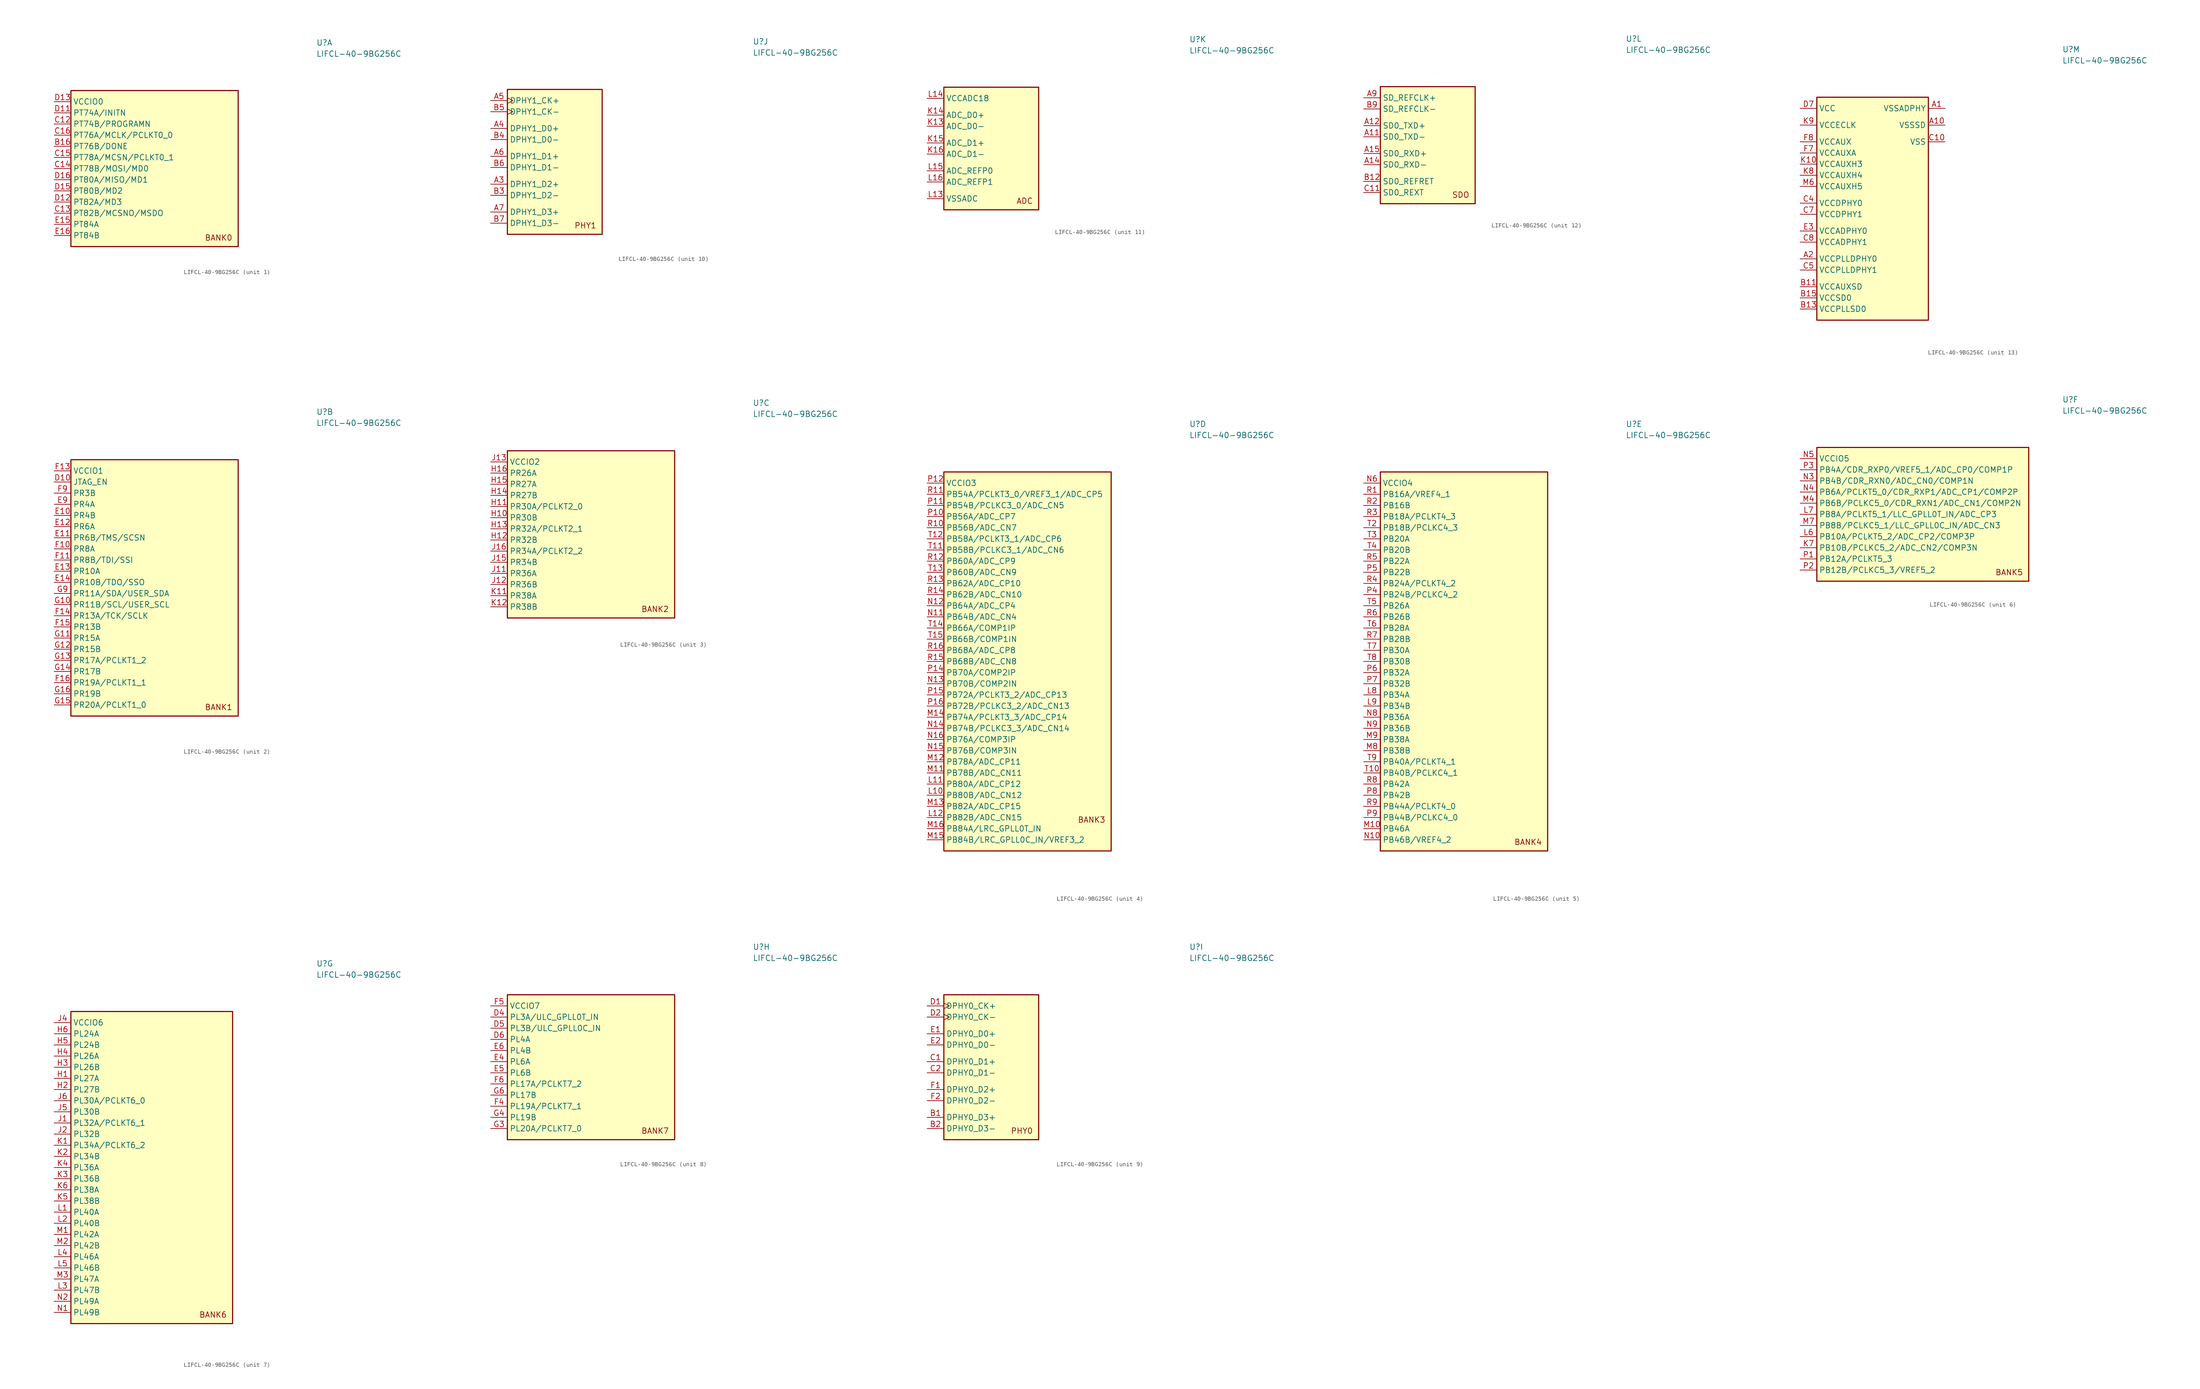
<source format=kicad_sym>
(kicad_symbol_lib
  (version 20211014)
  (generator kicad_symbol_editor)
  (symbol "LIFCL-40-9BG256C"
    (property "Reference" "U"
      (at 59.69 12.7 0)
      (effects (font (size 1.27 1.27) (thickness 0.15)) (justify left bottom)))
    (property "Value" "LIFCL-40-9BG256C"
      (at 59.69 10.16 0)
      (effects (font (size 1.27 1.27) (thickness 0.15)) (justify left bottom)))
    (property "ki_locked" ""
      (at 0 0 0)
      (effects (font (size 1.27 1.27))))
    (symbol "LIFCL-40-9BG256C_1_1"
      (rectangle (start 3.81 -33.02) (end 41.91 2.54) (stroke (width 0.254) (type default) (color 0 0 0 0)) (fill (type background)))
      (text "BANK0" (at 40.64 -31.75 0) (effects (font (size 1.27 1.27) (thickness 0.15)) (justify right bottom)))
      (pin bidirectional line (at 0 -10.16 0) (length 3.81) (name "PT76B/DONE\n" (effects (font (size 1.27 1.27)))) (number "B16" (effects (font (size 1.27 1.27)))))
      (pin bidirectional line (at 0 -5.08 0) (length 3.81) (name "PT74B/PROGRAMN" (effects (font (size 1.27 1.27)))) (number "C12" (effects (font (size 1.27 1.27)))))
      (pin bidirectional line (at 0 -25.4 0) (length 3.81) (name "PT82B/MCSNO/MSDO" (effects (font (size 1.27 1.27)))) (number "C13" (effects (font (size 1.27 1.27)))))
      (pin bidirectional line (at 0 -15.24 0) (length 3.81) (name "PT78B/MOSI/MD0" (effects (font (size 1.27 1.27)))) (number "C14" (effects (font (size 1.27 1.27)))))
      (pin bidirectional line (at 0 -12.7 0) (length 3.81) (name "PT78A/MCSN/PCLKT0_1" (effects (font (size 1.27 1.27)))) (number "C15" (effects (font (size 1.27 1.27)))))
      (pin bidirectional line (at 0 -7.62 0) (length 3.81) (name "PT76A/MCLK/PCLKT0_0" (effects (font (size 1.27 1.27)))) (number "C16" (effects (font (size 1.27 1.27)))))
      (pin bidirectional line (at 0 -2.54 0) (length 3.81) (name "PT74A/INITN\n" (effects (font (size 1.27 1.27)))) (number "D11" (effects (font (size 1.27 1.27)))))
      (pin bidirectional line (at 0 -22.86 0) (length 3.81) (name "PT82A/MD3" (effects (font (size 1.27 1.27)))) (number "D12" (effects (font (size 1.27 1.27)))))
      (pin power_in line (at 0 0 0) (length 3.81) (name "VCCIO0" (effects (font (size 1.27 1.27)))) (number "D13" (effects (font (size 1.27 1.27)))))
      (pin bidirectional line (at 0 -20.32 0) (length 3.81) (name "PT80B/MD2" (effects (font (size 1.27 1.27)))) (number "D15" (effects (font (size 1.27 1.27)))))
      (pin bidirectional line (at 0 -17.78 0) (length 3.81) (name "PT80A/MISO/MD1" (effects (font (size 1.27 1.27)))) (number "D16" (effects (font (size 1.27 1.27)))))
      (pin bidirectional line (at 0 -27.94 0) (length 3.81) (name "PT84A" (effects (font (size 1.27 1.27)))) (number "E15" (effects (font (size 1.27 1.27)))))
      (pin bidirectional line (at 0 -30.48 0) (length 3.81) (name "PT84B" (effects (font (size 1.27 1.27)))) (number "E16" (effects (font (size 1.27 1.27))))))
    (symbol "LIFCL-40-9BG256C_2_1"
      (rectangle (start 3.81 -55.88) (end 41.91 2.54) (stroke (width 0.254) (type default) (color 0 0 0 0)) (fill (type background)))
      (text "BANK1" (at 40.64 -54.61 0) (effects (font (size 1.27 1.27) (thickness 0.15)) (justify right bottom)))
      (pin input line (at 0 -2.54 0) (length 3.81) (name "JTAG_EN" (effects (font (size 1.27 1.27)))) (number "D10" (effects (font (size 1.27 1.27)))))
      (pin bidirectional line (at 0 -10.16 0) (length 3.81) (name "PR4B" (effects (font (size 1.27 1.27)))) (number "E10" (effects (font (size 1.27 1.27)))))
      (pin bidirectional line (at 0 -15.24 0) (length 3.81) (name "PR6B/TMS/SCSN" (effects (font (size 1.27 1.27)))) (number "E11" (effects (font (size 1.27 1.27)))))
      (pin bidirectional line (at 0 -12.7 0) (length 3.81) (name "PR6A" (effects (font (size 1.27 1.27)))) (number "E12" (effects (font (size 1.27 1.27)))))
      (pin bidirectional line (at 0 -22.86 0) (length 3.81) (name "PR10A" (effects (font (size 1.27 1.27)))) (number "E13" (effects (font (size 1.27 1.27)))))
      (pin bidirectional line (at 0 -25.4 0) (length 3.81) (name "PR10B/TDO/SSO" (effects (font (size 1.27 1.27)))) (number "E14" (effects (font (size 1.27 1.27)))))
      (pin bidirectional line (at 0 -7.62 0) (length 3.81) (name "PR4A" (effects (font (size 1.27 1.27)))) (number "E9" (effects (font (size 1.27 1.27)))))
      (pin bidirectional line (at 0 -17.78 0) (length 3.81) (name "PR8A" (effects (font (size 1.27 1.27)))) (number "F10" (effects (font (size 1.27 1.27)))))
      (pin bidirectional line (at 0 -20.32 0) (length 3.81) (name "PR8B/TDI/SSI" (effects (font (size 1.27 1.27)))) (number "F11" (effects (font (size 1.27 1.27)))))
      (pin power_in line (at 0 0 0) (length 3.81) (name "VCCIO1" (effects (font (size 1.27 1.27)))) (number "F13" (effects (font (size 1.27 1.27)))))
      (pin bidirectional line (at 0 -33.02 0) (length 3.81) (name "PR13A/TCK/SCLK" (effects (font (size 1.27 1.27)))) (number "F14" (effects (font (size 1.27 1.27)))))
      (pin bidirectional line (at 0 -35.56 0) (length 3.81) (name "PR13B" (effects (font (size 1.27 1.27)))) (number "F15" (effects (font (size 1.27 1.27)))))
      (pin bidirectional line (at 0 -48.26 0) (length 3.81) (name "PR19A/PCLKT1_1" (effects (font (size 1.27 1.27)))) (number "F16" (effects (font (size 1.27 1.27)))))
      (pin bidirectional line (at 0 -5.08 0) (length 3.81) (name "PR3B" (effects (font (size 1.27 1.27)))) (number "F9" (effects (font (size 1.27 1.27)))))
      (pin bidirectional line (at 0 -30.48 0) (length 3.81) (name "PR11B/SCL/USER_SCL" (effects (font (size 1.27 1.27)))) (number "G10" (effects (font (size 1.27 1.27)))))
      (pin bidirectional line (at 0 -38.1 0) (length 3.81) (name "PR15A" (effects (font (size 1.27 1.27)))) (number "G11" (effects (font (size 1.27 1.27)))))
      (pin bidirectional line (at 0 -40.64 0) (length 3.81) (name "PR15B" (effects (font (size 1.27 1.27)))) (number "G12" (effects (font (size 1.27 1.27)))))
      (pin bidirectional line (at 0 -43.18 0) (length 3.81) (name "PR17A/PCLKT1_2" (effects (font (size 1.27 1.27)))) (number "G13" (effects (font (size 1.27 1.27)))))
      (pin bidirectional line (at 0 -45.72 0) (length 3.81) (name "PR17B" (effects (font (size 1.27 1.27)))) (number "G14" (effects (font (size 1.27 1.27)))))
      (pin bidirectional line (at 0 -53.34 0) (length 3.81) (name "PR20A/PCLKT1_0\n" (effects (font (size 1.27 1.27)))) (number "G15" (effects (font (size 1.27 1.27)))))
      (pin bidirectional line (at 0 -50.8 0) (length 3.81) (name "PR19B" (effects (font (size 1.27 1.27)))) (number "G16" (effects (font (size 1.27 1.27)))))
      (pin bidirectional line (at 0 -27.94 0) (length 3.81) (name "PR11A/SDA/USER_SDA" (effects (font (size 1.27 1.27)))) (number "G9" (effects (font (size 1.27 1.27))))))
    (symbol "LIFCL-40-9BG256C_3_1"
      (rectangle (start 3.81 -35.56) (end 41.91 2.54) (stroke (width 0.254) (type default) (color 0 0 0 0)) (fill (type background)))
      (text "BANK2" (at 40.64 -34.29 0) (effects (font (size 1.27 1.27) (thickness 0.15)) (justify right bottom)))
      (pin bidirectional line (at 0 -12.7 0) (length 3.81) (name "PR30B" (effects (font (size 1.27 1.27)))) (number "H10" (effects (font (size 1.27 1.27)))))
      (pin bidirectional line (at 0 -10.16 0) (length 3.81) (name "PR30A/PCLKT2_0" (effects (font (size 1.27 1.27)))) (number "H11" (effects (font (size 1.27 1.27)))))
      (pin bidirectional line (at 0 -17.78 0) (length 3.81) (name "PR32B" (effects (font (size 1.27 1.27)))) (number "H12" (effects (font (size 1.27 1.27)))))
      (pin bidirectional line (at 0 -15.24 0) (length 3.81) (name "PR32A/PCLKT2_1" (effects (font (size 1.27 1.27)))) (number "H13" (effects (font (size 1.27 1.27)))))
      (pin bidirectional line (at 0 -7.62 0) (length 3.81) (name "PR27B" (effects (font (size 1.27 1.27)))) (number "H14" (effects (font (size 1.27 1.27)))))
      (pin bidirectional line (at 0 -5.08 0) (length 3.81) (name "PR27A" (effects (font (size 1.27 1.27)))) (number "H15" (effects (font (size 1.27 1.27)))))
      (pin bidirectional line (at 0 -2.54 0) (length 3.81) (name "PR26A" (effects (font (size 1.27 1.27)))) (number "H16" (effects (font (size 1.27 1.27)))))
      (pin bidirectional line (at 0 -25.4 0) (length 3.81) (name "PR36A" (effects (font (size 1.27 1.27)))) (number "J11" (effects (font (size 1.27 1.27)))))
      (pin bidirectional line (at 0 -27.94 0) (length 3.81) (name "PR36B" (effects (font (size 1.27 1.27)))) (number "J12" (effects (font (size 1.27 1.27)))))
      (pin power_in line (at 0 0 0) (length 3.81) (name "VCCIO2" (effects (font (size 1.27 1.27)))) (number "J13" (effects (font (size 1.27 1.27)))))
      (pin bidirectional line (at 0 -22.86 0) (length 3.81) (name "PR34B" (effects (font (size 1.27 1.27)))) (number "J15" (effects (font (size 1.27 1.27)))))
      (pin bidirectional line (at 0 -20.32 0) (length 3.81) (name "PR34A/PCLKT2_2" (effects (font (size 1.27 1.27)))) (number "J16" (effects (font (size 1.27 1.27)))))
      (pin bidirectional line (at 0 -30.48 0) (length 3.81) (name "PR38A" (effects (font (size 1.27 1.27)))) (number "K11" (effects (font (size 1.27 1.27)))))
      (pin bidirectional line (at 0 -33.02 0) (length 3.81) (name "PR38B" (effects (font (size 1.27 1.27)))) (number "K12" (effects (font (size 1.27 1.27))))))
    (symbol "LIFCL-40-9BG256C_4_1"
      (rectangle (start 3.81 -83.82) (end 41.91 2.54) (stroke (width 0.254) (type default) (color 0 0 0 0)) (fill (type background)))
      (text "BANK3" (at 40.64 -77.47 0) (effects (font (size 1.27 1.27) (thickness 0.15)) (justify right bottom)))
      (pin bidirectional line (at 0 -71.12 0) (length 3.81) (name "PB80B/ADC_CN12" (effects (font (size 1.27 1.27)))) (number "L10" (effects (font (size 1.27 1.27)))))
      (pin bidirectional line (at 0 -68.58 0) (length 3.81) (name "PB80A/ADC_CP12" (effects (font (size 1.27 1.27)))) (number "L11" (effects (font (size 1.27 1.27)))))
      (pin bidirectional line (at 0 -76.2 0) (length 3.81) (name "PB82B/ADC_CN15" (effects (font (size 1.27 1.27)))) (number "L12" (effects (font (size 1.27 1.27)))))
      (pin bidirectional line (at 0 -66.04 0) (length 3.81) (name "PB78B/ADC_CN11" (effects (font (size 1.27 1.27)))) (number "M11" (effects (font (size 1.27 1.27)))))
      (pin bidirectional line (at 0 -63.5 0) (length 3.81) (name "PB78A/ADC_CP11" (effects (font (size 1.27 1.27)))) (number "M12" (effects (font (size 1.27 1.27)))))
      (pin bidirectional line (at 0 -73.66 0) (length 3.81) (name "PB82A/ADC_CP15" (effects (font (size 1.27 1.27)))) (number "M13" (effects (font (size 1.27 1.27)))))
      (pin bidirectional line (at 0 -53.34 0) (length 3.81) (name "PB74A/PCLKT3_3/ADC_CP14" (effects (font (size 1.27 1.27)))) (number "M14" (effects (font (size 1.27 1.27)))))
      (pin bidirectional line (at 0 -81.28 0) (length 3.81) (name "PB84B/LRC_GPLL0C_IN/VREF3_2" (effects (font (size 1.27 1.27)))) (number "M15" (effects (font (size 1.27 1.27)))))
      (pin bidirectional line (at 0 -78.74 0) (length 3.81) (name "PB84A/LRC_GPLL0T_IN" (effects (font (size 1.27 1.27)))) (number "M16" (effects (font (size 1.27 1.27)))))
      (pin bidirectional line (at 0 -30.48 0) (length 3.81) (name "PB64B/ADC_CN4" (effects (font (size 1.27 1.27)))) (number "N11" (effects (font (size 1.27 1.27)))))
      (pin bidirectional line (at 0 -27.94 0) (length 3.81) (name "PB64A/ADC_CP4" (effects (font (size 1.27 1.27)))) (number "N12" (effects (font (size 1.27 1.27)))))
      (pin bidirectional line (at 0 -45.72 0) (length 3.81) (name "PB70B/COMP2IN\n" (effects (font (size 1.27 1.27)))) (number "N13" (effects (font (size 1.27 1.27)))))
      (pin bidirectional line (at 0 -55.88 0) (length 3.81) (name "PB74B/PCLKC3_3/ADC_CN14" (effects (font (size 1.27 1.27)))) (number "N14" (effects (font (size 1.27 1.27)))))
      (pin bidirectional line (at 0 -60.96 0) (length 3.81) (name "PB76B/COMP3IN" (effects (font (size 1.27 1.27)))) (number "N15" (effects (font (size 1.27 1.27)))))
      (pin bidirectional line (at 0 -58.42 0) (length 3.81) (name "PB76A/COMP3IP" (effects (font (size 1.27 1.27)))) (number "N16" (effects (font (size 1.27 1.27)))))
      (pin bidirectional line (at 0 -7.62 0) (length 3.81) (name "PB56A/ADC_CP7\n" (effects (font (size 1.27 1.27)))) (number "P10" (effects (font (size 1.27 1.27)))))
      (pin bidirectional line (at 0 -5.08 0) (length 3.81) (name "PB54B/PCLKC3_0/ADC_CN5\n" (effects (font (size 1.27 1.27)))) (number "P11" (effects (font (size 1.27 1.27)))))
      (pin bidirectional line (at 0 0 0) (length 3.81) (name "VCCIO3" (effects (font (size 1.27 1.27)))) (number "P12" (effects (font (size 1.27 1.27)))))
      (pin bidirectional line (at 0 -43.18 0) (length 3.81) (name "PB70A/COMP2IP" (effects (font (size 1.27 1.27)))) (number "P14" (effects (font (size 1.27 1.27)))))
      (pin bidirectional line (at 0 -48.26 0) (length 3.81) (name "PB72A/PCLKT3_2/ADC_CP13" (effects (font (size 1.27 1.27)))) (number "P15" (effects (font (size 1.27 1.27)))))
      (pin bidirectional line (at 0 -50.8 0) (length 3.81) (name "PB72B/PCLKC3_2/ADC_CN13" (effects (font (size 1.27 1.27)))) (number "P16" (effects (font (size 1.27 1.27)))))
      (pin bidirectional line (at 0 -10.16 0) (length 3.81) (name "PB56B/ADC_CN7\n" (effects (font (size 1.27 1.27)))) (number "R10" (effects (font (size 1.27 1.27)))))
      (pin bidirectional line (at 0 -2.54 0) (length 3.81) (name "PB54A/PCLKT3_0/VREF3_1/ADC_CP5" (effects (font (size 1.27 1.27)))) (number "R11" (effects (font (size 1.27 1.27)))))
      (pin bidirectional line (at 0 -17.78 0) (length 3.81) (name "PB60A/ADC_CP9" (effects (font (size 1.27 1.27)))) (number "R12" (effects (font (size 1.27 1.27)))))
      (pin bidirectional line (at 0 -22.86 0) (length 3.81) (name "PB62A/ADC_CP10" (effects (font (size 1.27 1.27)))) (number "R13" (effects (font (size 1.27 1.27)))))
      (pin bidirectional line (at 0 -25.4 0) (length 3.81) (name "PB62B/ADC_CN10" (effects (font (size 1.27 1.27)))) (number "R14" (effects (font (size 1.27 1.27)))))
      (pin bidirectional line (at 0 -40.64 0) (length 3.81) (name "PB68B/ADC_CN8" (effects (font (size 1.27 1.27)))) (number "R15" (effects (font (size 1.27 1.27)))))
      (pin bidirectional line (at 0 -38.1 0) (length 3.81) (name "PB68A/ADC_CP8" (effects (font (size 1.27 1.27)))) (number "R16" (effects (font (size 1.27 1.27)))))
      (pin bidirectional line (at 0 -15.24 0) (length 3.81) (name "PB58B/PCLKC3_1/ADC_CN6\n" (effects (font (size 1.27 1.27)))) (number "T11" (effects (font (size 1.27 1.27)))))
      (pin bidirectional line (at 0 -12.7 0) (length 3.81) (name "PB58A/PCLKT3_1/ADC_CP6\n" (effects (font (size 1.27 1.27)))) (number "T12" (effects (font (size 1.27 1.27)))))
      (pin bidirectional line (at 0 -20.32 0) (length 3.81) (name "PB60B/ADC_CN9" (effects (font (size 1.27 1.27)))) (number "T13" (effects (font (size 1.27 1.27)))))
      (pin bidirectional line (at 0 -33.02 0) (length 3.81) (name "PB66A/COMP1IP" (effects (font (size 1.27 1.27)))) (number "T14" (effects (font (size 1.27 1.27)))))
      (pin bidirectional line (at 0 -35.56 0) (length 3.81) (name "PB66B/COMP1IN" (effects (font (size 1.27 1.27)))) (number "T15" (effects (font (size 1.27 1.27))))))
    (symbol "LIFCL-40-9BG256C_5_1"
      (rectangle (start 3.81 2.54) (end 41.91 -83.82) (stroke (width 0.254) (type default) (color 0 0 0 0)) (fill (type background)))
      (text "BANK4" (at 40.64 -82.55 0) (effects (font (size 1.27 1.27) (thickness 0.15)) (justify right bottom)))
      (pin bidirectional line (at 0 -48.26 0) (length 3.81) (name "PB34A" (effects (font (size 1.27 1.27)))) (number "L8" (effects (font (size 1.27 1.27)))))
      (pin bidirectional line (at 0 -50.8 0) (length 3.81) (name "PB34B" (effects (font (size 1.27 1.27)))) (number "L9" (effects (font (size 1.27 1.27)))))
      (pin bidirectional line (at 0 -78.74 0) (length 3.81) (name "PB46A" (effects (font (size 1.27 1.27)))) (number "M10" (effects (font (size 1.27 1.27)))))
      (pin bidirectional line (at 0 -60.96 0) (length 3.81) (name "PB38B" (effects (font (size 1.27 1.27)))) (number "M8" (effects (font (size 1.27 1.27)))))
      (pin bidirectional line (at 0 -58.42 0) (length 3.81) (name "PB38A" (effects (font (size 1.27 1.27)))) (number "M9" (effects (font (size 1.27 1.27)))))
      (pin bidirectional line (at 0 -81.28 0) (length 3.81) (name "PB46B/VREF4_2" (effects (font (size 1.27 1.27)))) (number "N10" (effects (font (size 1.27 1.27)))))
      (pin power_in line (at 0 0 0) (length 3.81) (name "VCCIO4" (effects (font (size 1.27 1.27)))) (number "N6" (effects (font (size 1.27 1.27)))))
      (pin bidirectional line (at 0 -53.34 0) (length 3.81) (name "PB36A" (effects (font (size 1.27 1.27)))) (number "N8" (effects (font (size 1.27 1.27)))))
      (pin bidirectional line (at 0 -55.88 0) (length 3.81) (name "PB36B" (effects (font (size 1.27 1.27)))) (number "N9" (effects (font (size 1.27 1.27)))))
      (pin bidirectional line (at 0 -25.4 0) (length 3.81) (name "PB24B/PCLKC4_2\n" (effects (font (size 1.27 1.27)))) (number "P4" (effects (font (size 1.27 1.27)))))
      (pin bidirectional line (at 0 -20.32 0) (length 3.81) (name "PB22B" (effects (font (size 1.27 1.27)))) (number "P5" (effects (font (size 1.27 1.27)))))
      (pin bidirectional line (at 0 -43.18 0) (length 3.81) (name "PB32A" (effects (font (size 1.27 1.27)))) (number "P6" (effects (font (size 1.27 1.27)))))
      (pin bidirectional line (at 0 -45.72 0) (length 3.81) (name "PB32B" (effects (font (size 1.27 1.27)))) (number "P7" (effects (font (size 1.27 1.27)))))
      (pin bidirectional line (at 0 -71.12 0) (length 3.81) (name "PB42B" (effects (font (size 1.27 1.27)))) (number "P8" (effects (font (size 1.27 1.27)))))
      (pin bidirectional line (at 0 -76.2 0) (length 3.81) (name "PB44B/PCLKC4_0" (effects (font (size 1.27 1.27)))) (number "P9" (effects (font (size 1.27 1.27)))))
      (pin bidirectional line (at 0 -2.54 0) (length 3.81) (name "PB16A/VREF4_1" (effects (font (size 1.27 1.27)))) (number "R1" (effects (font (size 1.27 1.27)))))
      (pin bidirectional line (at 0 -5.08 0) (length 3.81) (name "PB16B" (effects (font (size 1.27 1.27)))) (number "R2" (effects (font (size 1.27 1.27)))))
      (pin bidirectional line (at 0 -7.62 0) (length 3.81) (name "PB18A/PCLKT4_3\n" (effects (font (size 1.27 1.27)))) (number "R3" (effects (font (size 1.27 1.27)))))
      (pin bidirectional line (at 0 -22.86 0) (length 3.81) (name "PB24A/PCLKT4_2" (effects (font (size 1.27 1.27)))) (number "R4" (effects (font (size 1.27 1.27)))))
      (pin bidirectional line (at 0 -17.78 0) (length 3.81) (name "PB22A" (effects (font (size 1.27 1.27)))) (number "R5" (effects (font (size 1.27 1.27)))))
      (pin bidirectional line (at 0 -30.48 0) (length 3.81) (name "PB26B" (effects (font (size 1.27 1.27)))) (number "R6" (effects (font (size 1.27 1.27)))))
      (pin bidirectional line (at 0 -35.56 0) (length 3.81) (name "PB28B" (effects (font (size 1.27 1.27)))) (number "R7" (effects (font (size 1.27 1.27)))))
      (pin bidirectional line (at 0 -68.58 0) (length 3.81) (name "PB42A" (effects (font (size 1.27 1.27)))) (number "R8" (effects (font (size 1.27 1.27)))))
      (pin bidirectional line (at 0 -73.66 0) (length 3.81) (name "PB44A/PCLKT4_0" (effects (font (size 1.27 1.27)))) (number "R9" (effects (font (size 1.27 1.27)))))
      (pin bidirectional line (at 0 -66.04 0) (length 3.81) (name "PB40B/PCLKC4_1" (effects (font (size 1.27 1.27)))) (number "T10" (effects (font (size 1.27 1.27)))))
      (pin bidirectional line (at 0 -10.16 0) (length 3.81) (name "PB18B/PCLKC4_3\n" (effects (font (size 1.27 1.27)))) (number "T2" (effects (font (size 1.27 1.27)))))
      (pin bidirectional line (at 0 -12.7 0) (length 3.81) (name "PB20A" (effects (font (size 1.27 1.27)))) (number "T3" (effects (font (size 1.27 1.27)))))
      (pin bidirectional line (at 0 -15.24 0) (length 3.81) (name "PB20B" (effects (font (size 1.27 1.27)))) (number "T4" (effects (font (size 1.27 1.27)))))
      (pin bidirectional line (at 0 -27.94 0) (length 3.81) (name "PB26A" (effects (font (size 1.27 1.27)))) (number "T5" (effects (font (size 1.27 1.27)))))
      (pin bidirectional line (at 0 -33.02 0) (length 3.81) (name "PB28A" (effects (font (size 1.27 1.27)))) (number "T6" (effects (font (size 1.27 1.27)))))
      (pin bidirectional line (at 0 -38.1 0) (length 3.81) (name "PB30A" (effects (font (size 1.27 1.27)))) (number "T7" (effects (font (size 1.27 1.27)))))
      (pin bidirectional line (at 0 -40.64 0) (length 3.81) (name "PB30B" (effects (font (size 1.27 1.27)))) (number "T8" (effects (font (size 1.27 1.27)))))
      (pin bidirectional line (at 0 -63.5 0) (length 3.81) (name "PB40A/PCLKT4_1" (effects (font (size 1.27 1.27)))) (number "T9" (effects (font (size 1.27 1.27))))))
    (symbol "LIFCL-40-9BG256C_6_1"
      (rectangle (start 3.81 -27.94) (end 52.07 2.54) (stroke (width 0.254) (type default) (color 0 0 0 0)) (fill (type background)))
      (text "BANK5" (at 50.8 -26.67 0) (effects (font (size 1.27 1.27) (thickness 0.15)) (justify right bottom)))
      (pin bidirectional line (at 0 -20.32 0) (length 3.81) (name "PB10B/PCLKC5_2/ADC_CN2/COMP3N" (effects (font (size 1.27 1.27)))) (number "K7" (effects (font (size 1.27 1.27)))))
      (pin bidirectional line (at 0 -17.78 0) (length 3.81) (name "PB10A/PCLKT5_2/ADC_CP2/COMP3P" (effects (font (size 1.27 1.27)))) (number "L6" (effects (font (size 1.27 1.27)))))
      (pin bidirectional line (at 0 -12.7 0) (length 3.81) (name "PB8A/PCLKT5_1/LLC_GPLL0T_IN/ADC_CP3" (effects (font (size 1.27 1.27)))) (number "L7" (effects (font (size 1.27 1.27)))))
      (pin bidirectional line (at 0 -10.16 0) (length 3.81) (name "PB6B/PCLKC5_0/CDR_RXN1/ADC_CN1/COMP2N" (effects (font (size 1.27 1.27)))) (number "M4" (effects (font (size 1.27 1.27)))))
      (pin bidirectional line (at 0 -15.24 0) (length 3.81) (name "PB8B/PCLKC5_1/LLC_GPLL0C_IN/ADC_CN3" (effects (font (size 1.27 1.27)))) (number "M7" (effects (font (size 1.27 1.27)))))
      (pin bidirectional line (at 0 -5.08 0) (length 3.81) (name "PB4B/CDR_RXN0/ADC_CN0/COMP1N" (effects (font (size 1.27 1.27)))) (number "N3" (effects (font (size 1.27 1.27)))))
      (pin bidirectional line (at 0 -7.62 0) (length 3.81) (name "PB6A/PCLKT5_0/CDR_RXP1/ADC_CP1/COMP2P" (effects (font (size 1.27 1.27)))) (number "N4" (effects (font (size 1.27 1.27)))))
      (pin power_in line (at 0 0 0) (length 3.81) (name "VCCIO5" (effects (font (size 1.27 1.27)))) (number "N5" (effects (font (size 1.27 1.27)))))
      (pin bidirectional line (at 0 -22.86 0) (length 3.81) (name "PB12A/PCLKT5_3" (effects (font (size 1.27 1.27)))) (number "P1" (effects (font (size 1.27 1.27)))))
      (pin bidirectional line (at 0 -25.4 0) (length 3.81) (name "PB12B/PCLKC5_3/VREF5_2" (effects (font (size 1.27 1.27)))) (number "P2" (effects (font (size 1.27 1.27)))))
      (pin bidirectional line (at 0 -2.54 0) (length 3.81) (name "PB4A/CDR_RXP0/VREF5_1/ADC_CP0/COMP1P\n" (effects (font (size 1.27 1.27)))) (number "P3" (effects (font (size 1.27 1.27))))))
    (symbol "LIFCL-40-9BG256C_7_1"
      (rectangle (start 3.81 2.54) (end 40.64 -68.58) (stroke (width 0.254) (type default) (color 0 0 0 0)) (fill (type background)))
      (text "BANK6" (at 39.37 -67.31 0) (effects (font (size 1.27 1.27) (thickness 0.15)) (justify right bottom)))
      (pin bidirectional line (at 0 -12.7 0) (length 3.81) (name "PL27A" (effects (font (size 1.27 1.27)))) (number "H1" (effects (font (size 1.27 1.27)))))
      (pin bidirectional line (at 0 -15.24 0) (length 3.81) (name "PL27B" (effects (font (size 1.27 1.27)))) (number "H2" (effects (font (size 1.27 1.27)))))
      (pin bidirectional line (at 0 -10.16 0) (length 3.81) (name "PL26B" (effects (font (size 1.27 1.27)))) (number "H3" (effects (font (size 1.27 1.27)))))
      (pin bidirectional line (at 0 -7.62 0) (length 3.81) (name "PL26A" (effects (font (size 1.27 1.27)))) (number "H4" (effects (font (size 1.27 1.27)))))
      (pin bidirectional line (at 0 -5.08 0) (length 3.81) (name "PL24B" (effects (font (size 1.27 1.27)))) (number "H5" (effects (font (size 1.27 1.27)))))
      (pin bidirectional line (at 0 -2.54 0) (length 3.81) (name "PL24A" (effects (font (size 1.27 1.27)))) (number "H6" (effects (font (size 1.27 1.27)))))
      (pin bidirectional line (at 0 -22.86 0) (length 3.81) (name "PL32A/PCLKT6_1" (effects (font (size 1.27 1.27)))) (number "J1" (effects (font (size 1.27 1.27)))))
      (pin bidirectional line (at 0 -25.4 0) (length 3.81) (name "PL32B" (effects (font (size 1.27 1.27)))) (number "J2" (effects (font (size 1.27 1.27)))))
      (pin power_in line (at 0 0 0) (length 3.81) (name "VCCIO6" (effects (font (size 1.27 1.27)))) (number "J4" (effects (font (size 1.27 1.27)))))
      (pin bidirectional line (at 0 -20.32 0) (length 3.81) (name "PL30B" (effects (font (size 1.27 1.27)))) (number "J5" (effects (font (size 1.27 1.27)))))
      (pin bidirectional line (at 0 -17.78 0) (length 3.81) (name "PL30A/PCLKT6_0" (effects (font (size 1.27 1.27)))) (number "J6" (effects (font (size 1.27 1.27)))))
      (pin bidirectional line (at 0 -27.94 0) (length 3.81) (name "PL34A/PCLKT6_2" (effects (font (size 1.27 1.27)))) (number "K1" (effects (font (size 1.27 1.27)))))
      (pin bidirectional line (at 0 -30.48 0) (length 3.81) (name "PL34B" (effects (font (size 1.27 1.27)))) (number "K2" (effects (font (size 1.27 1.27)))))
      (pin bidirectional line (at 0 -35.56 0) (length 3.81) (name "PL36B" (effects (font (size 1.27 1.27)))) (number "K3" (effects (font (size 1.27 1.27)))))
      (pin bidirectional line (at 0 -33.02 0) (length 3.81) (name "PL36A" (effects (font (size 1.27 1.27)))) (number "K4" (effects (font (size 1.27 1.27)))))
      (pin bidirectional line (at 0 -40.64 0) (length 3.81) (name "PL38B" (effects (font (size 1.27 1.27)))) (number "K5" (effects (font (size 1.27 1.27)))))
      (pin bidirectional line (at 0 -38.1 0) (length 3.81) (name "PL38A" (effects (font (size 1.27 1.27)))) (number "K6" (effects (font (size 1.27 1.27)))))
      (pin bidirectional line (at 0 -43.18 0) (length 3.81) (name "PL40A" (effects (font (size 1.27 1.27)))) (number "L1" (effects (font (size 1.27 1.27)))))
      (pin bidirectional line (at 0 -45.72 0) (length 3.81) (name "PL40B" (effects (font (size 1.27 1.27)))) (number "L2" (effects (font (size 1.27 1.27)))))
      (pin bidirectional line (at 0 -60.96 0) (length 3.81) (name "PL47B" (effects (font (size 1.27 1.27)))) (number "L3" (effects (font (size 1.27 1.27)))))
      (pin bidirectional line (at 0 -53.34 0) (length 3.81) (name "PL46A" (effects (font (size 1.27 1.27)))) (number "L4" (effects (font (size 1.27 1.27)))))
      (pin bidirectional line (at 0 -55.88 0) (length 3.81) (name "PL46B" (effects (font (size 1.27 1.27)))) (number "L5" (effects (font (size 1.27 1.27)))))
      (pin bidirectional line (at 0 -48.26 0) (length 3.81) (name "PL42A" (effects (font (size 1.27 1.27)))) (number "M1" (effects (font (size 1.27 1.27)))))
      (pin bidirectional line (at 0 -50.8 0) (length 3.81) (name "PL42B" (effects (font (size 1.27 1.27)))) (number "M2" (effects (font (size 1.27 1.27)))))
      (pin bidirectional line (at 0 -58.42 0) (length 3.81) (name "PL47A" (effects (font (size 1.27 1.27)))) (number "M3" (effects (font (size 1.27 1.27)))))
      (pin bidirectional line (at 0 -66.04 0) (length 3.81) (name "PL49B" (effects (font (size 1.27 1.27)))) (number "N1" (effects (font (size 1.27 1.27)))))
      (pin bidirectional line (at 0 -63.5 0) (length 3.81) (name "PL49A" (effects (font (size 1.27 1.27)))) (number "N2" (effects (font (size 1.27 1.27))))))
    (symbol "LIFCL-40-9BG256C_8_1"
      (rectangle (start 3.81 -30.48) (end 41.91 2.54) (stroke (width 0.254) (type default) (color 0 0 0 0)) (fill (type background)))
      (text "BANK7" (at 40.64 -29.21 0) (effects (font (size 1.27 1.27) (thickness 0.15)) (justify right bottom)))
      (pin bidirectional line (at 0 -2.54 0) (length 3.81) (name "PL3A/ULC_GPLL0T_IN" (effects (font (size 1.27 1.27)))) (number "D4" (effects (font (size 1.27 1.27)))))
      (pin bidirectional line (at 0 -5.08 0) (length 3.81) (name "PL3B/ULC_GPLL0C_IN" (effects (font (size 1.27 1.27)))) (number "D5" (effects (font (size 1.27 1.27)))))
      (pin bidirectional line (at 0 -7.62 0) (length 3.81) (name "PL4A" (effects (font (size 1.27 1.27)))) (number "D6" (effects (font (size 1.27 1.27)))))
      (pin bidirectional line (at 0 -12.7 0) (length 3.81) (name "PL6A" (effects (font (size 1.27 1.27)))) (number "E4" (effects (font (size 1.27 1.27)))))
      (pin bidirectional line (at 0 -15.24 0) (length 3.81) (name "PL6B" (effects (font (size 1.27 1.27)))) (number "E5" (effects (font (size 1.27 1.27)))))
      (pin bidirectional line (at 0 -10.16 0) (length 3.81) (name "PL4B" (effects (font (size 1.27 1.27)))) (number "E6" (effects (font (size 1.27 1.27)))))
      (pin bidirectional line (at 0 -22.86 0) (length 3.81) (name "PL19A/PCLKT7_1" (effects (font (size 1.27 1.27)))) (number "F4" (effects (font (size 1.27 1.27)))))
      (pin power_in line (at 0 0 0) (length 3.81) (name "VCCIO7" (effects (font (size 1.27 1.27)))) (number "F5" (effects (font (size 1.27 1.27)))))
      (pin bidirectional line (at 0 -17.78 0) (length 3.81) (name "PL17A/PCLKT7_2" (effects (font (size 1.27 1.27)))) (number "F6" (effects (font (size 1.27 1.27)))))
      (pin bidirectional line (at 0 -27.94 0) (length 3.81) (name "PL20A/PCLKT7_0" (effects (font (size 1.27 1.27)))) (number "G3" (effects (font (size 1.27 1.27)))))
      (pin bidirectional line (at 0 -25.4 0) (length 3.81) (name "PL19B" (effects (font (size 1.27 1.27)))) (number "G4" (effects (font (size 1.27 1.27)))))
      (pin bidirectional line (at 0 -20.32 0) (length 3.81) (name "PL17B" (effects (font (size 1.27 1.27)))) (number "G6" (effects (font (size 1.27 1.27))))))
    (symbol "LIFCL-40-9BG256C_9_1"
      (rectangle (start 3.81 2.54) (end 25.4 -30.48) (stroke (width 0.254) (type default) (color 0 0 0 0)) (fill (type background)))
      (text "PHY0" (at 24.13 -29.21 0) (effects (font (size 1.27 1.27) (thickness 0.15)) (justify right bottom)))
      (pin bidirectional line (at 0 -25.4 0) (length 3.81) (name "DPHY0_D3+" (effects (font (size 1.27 1.27)))) (number "B1" (effects (font (size 1.27 1.27)))))
      (pin bidirectional line (at 0 -27.94 0) (length 3.81) (name "DPHY0_D3-" (effects (font (size 1.27 1.27)))) (number "B2" (effects (font (size 1.27 1.27)))))
      (pin bidirectional line (at 0 -12.7 0) (length 3.81) (name "DPHY0_D1+" (effects (font (size 1.27 1.27)))) (number "C1" (effects (font (size 1.27 1.27)))))
      (pin bidirectional line (at 0 -15.24 0) (length 3.81) (name "DPHY0_D1-" (effects (font (size 1.27 1.27)))) (number "C2" (effects (font (size 1.27 1.27)))))
      (pin bidirectional clock (at 0 0 0) (length 3.81) (name "DPHY0_CK+" (effects (font (size 1.27 1.27)))) (number "D1" (effects (font (size 1.27 1.27)))))
      (pin bidirectional clock (at 0 -2.54 0) (length 3.81) (name "DPHY0_CK-" (effects (font (size 1.27 1.27)))) (number "D2" (effects (font (size 1.27 1.27)))))
      (pin bidirectional line (at 0 -6.35 0) (length 3.81) (name "DPHY0_D0+" (effects (font (size 1.27 1.27)))) (number "E1" (effects (font (size 1.27 1.27)))))
      (pin bidirectional line (at 0 -8.89 0) (length 3.81) (name "DPHY0_D0-" (effects (font (size 1.27 1.27)))) (number "E2" (effects (font (size 1.27 1.27)))))
      (pin bidirectional line (at 0 -19.05 0) (length 3.81) (name "DPHY0_D2+" (effects (font (size 1.27 1.27)))) (number "F1" (effects (font (size 1.27 1.27)))))
      (pin bidirectional line (at 0 -21.59 0) (length 3.81) (name "DPHY0_D2-" (effects (font (size 1.27 1.27)))) (number "F2" (effects (font (size 1.27 1.27))))))
    (symbol "LIFCL-40-9BG256C_10_1"
      (rectangle (start 3.81 2.54) (end 25.4 -30.48) (stroke (width 0.254) (type default) (color 0 0 0 0)) (fill (type background)))
      (text "PHY1" (at 24.13 -29.21 0) (effects (font (size 1.27 1.27) (thickness 0.15)) (justify right bottom)))
      (pin bidirectional line (at 0 -19.05 0) (length 3.81) (name "DPHY1_D2+" (effects (font (size 1.27 1.27)))) (number "A3" (effects (font (size 1.27 1.27)))))
      (pin bidirectional line (at 0 -6.35 0) (length 3.81) (name "DPHY1_D0+" (effects (font (size 1.27 1.27)))) (number "A4" (effects (font (size 1.27 1.27)))))
      (pin bidirectional clock (at 0 0 0) (length 3.81) (name "DPHY1_CK+" (effects (font (size 1.27 1.27)))) (number "A5" (effects (font (size 1.27 1.27)))))
      (pin bidirectional line (at 0 -12.7 0) (length 3.81) (name "DPHY1_D1+" (effects (font (size 1.27 1.27)))) (number "A6" (effects (font (size 1.27 1.27)))))
      (pin bidirectional line (at 0 -25.4 0) (length 3.81) (name "DPHY1_D3+" (effects (font (size 1.27 1.27)))) (number "A7" (effects (font (size 1.27 1.27)))))
      (pin bidirectional line (at 0 -21.59 0) (length 3.81) (name "DPHY1_D2-" (effects (font (size 1.27 1.27)))) (number "B3" (effects (font (size 1.27 1.27)))))
      (pin bidirectional line (at 0 -8.89 0) (length 3.81) (name "DPHY1_D0-" (effects (font (size 1.27 1.27)))) (number "B4" (effects (font (size 1.27 1.27)))))
      (pin bidirectional clock (at 0 -2.54 0) (length 3.81) (name "DPHY1_CK-" (effects (font (size 1.27 1.27)))) (number "B5" (effects (font (size 1.27 1.27)))))
      (pin bidirectional line (at 0 -15.24 0) (length 3.81) (name "DPHY1_D1-" (effects (font (size 1.27 1.27)))) (number "B6" (effects (font (size 1.27 1.27)))))
      (pin bidirectional line (at 0 -27.94 0) (length 3.81) (name "DPHY1_D3-" (effects (font (size 1.27 1.27)))) (number "B7" (effects (font (size 1.27 1.27))))))
    (symbol "LIFCL-40-9BG256C_11_1"
      (rectangle (start 3.81 2.54) (end 25.4 -25.4) (stroke (width 0.254) (type default) (color 0 0 0 0)) (fill (type background)))
      (text "ADC" (at 24.13 -24.13 0) (effects (font (size 1.27 1.27) (thickness 0.15)) (justify right bottom)))
      (pin passive line (at 0 -6.35 0) (length 3.81) (name "ADC_D0-" (effects (font (size 1.27 1.27)))) (number "K13" (effects (font (size 1.27 1.27)))))
      (pin passive line (at 0 -3.81 0) (length 3.81) (name "ADC_D0+" (effects (font (size 1.27 1.27)))) (number "K14" (effects (font (size 1.27 1.27)))))
      (pin passive line (at 0 -10.16 0) (length 3.81) (name "ADC_D1+" (effects (font (size 1.27 1.27)))) (number "K15" (effects (font (size 1.27 1.27)))))
      (pin passive line (at 0 -12.7 0) (length 3.81) (name "ADC_D1-" (effects (font (size 1.27 1.27)))) (number "K16" (effects (font (size 1.27 1.27)))))
      (pin power_in line (at 0 -22.86 0) (length 3.81) (name "VSSADC" (effects (font (size 1.27 1.27)))) (number "L13" (effects (font (size 1.27 1.27)))))
      (pin power_in line (at 0 0 0) (length 3.81) (name "VCCADC18" (effects (font (size 1.27 1.27)))) (number "L14" (effects (font (size 1.27 1.27)))))
      (pin passive line (at 0 -16.51 0) (length 3.81) (name "ADC_REFP0" (effects (font (size 1.27 1.27)))) (number "L15" (effects (font (size 1.27 1.27)))))
      (pin passive line (at 0 -19.05 0) (length 3.81) (name "ADC_REFP1" (effects (font (size 1.27 1.27)))) (number "L16" (effects (font (size 1.27 1.27))))))
    (symbol "LIFCL-40-9BG256C_12_1"
      (rectangle (start 3.81 2.54) (end 25.4 -24.13) (stroke (width 0.254) (type default) (color 0 0 0 0)) (fill (type background)))
      (text "SDO" (at 24.13 -22.86 0) (effects (font (size 1.27 1.27) (thickness 0.15)) (justify right bottom)))
      (pin output line (at 0 -8.89 0) (length 3.81) (name "SD0_TXD-" (effects (font (size 1.27 1.27)))) (number "A11" (effects (font (size 1.27 1.27)))))
      (pin output line (at 0 -6.35 0) (length 3.81) (name "SD0_TXD+" (effects (font (size 1.27 1.27)))) (number "A12" (effects (font (size 1.27 1.27)))))
      (pin input line (at 0 -15.24 0) (length 3.81) (name "SD0_RXD-" (effects (font (size 1.27 1.27)))) (number "A14" (effects (font (size 1.27 1.27)))))
      (pin input line (at 0 -12.7 0) (length 3.81) (name "SD0_RXD+" (effects (font (size 1.27 1.27)))) (number "A15" (effects (font (size 1.27 1.27)))))
      (pin bidirectional line (at 0 0 0) (length 3.81) (name "SD_REFCLK+" (effects (font (size 1.27 1.27)))) (number "A9" (effects (font (size 1.27 1.27)))))
      (pin input line (at 0 -19.05 0) (length 3.81) (name "SD0_REFRET" (effects (font (size 1.27 1.27)))) (number "B12" (effects (font (size 1.27 1.27)))))
      (pin bidirectional line (at 0 -2.54 0) (length 3.81) (name "SD_REFCLK-" (effects (font (size 1.27 1.27)))) (number "B9" (effects (font (size 1.27 1.27)))))
      (pin input line (at 0 -21.59 0) (length 3.81) (name "SD0_REXT" (effects (font (size 1.27 1.27)))) (number "C11" (effects (font (size 1.27 1.27))))))
    (symbol "LIFCL-40-9BG256C_13_1"
      (rectangle (start 3.81 2.54) (end 29.21 -48.26) (stroke (width 0.254) (type default) (color 0 0 0 0)) (fill (type background)))
      (pin power_in line (at 33.02 0 180) (length 3.81) (name "VSSADPHY" (effects (font (size 1.27 1.27)))) (number "A1" (effects (font (size 1.27 1.27)))))
      (pin power_in line (at 33.02 -3.81 180) (length 3.81) (name "VSSSD" (effects (font (size 1.27 1.27)))) (number "A10" (effects (font (size 1.27 1.27)))))
      (pin passive line (at 33.02 -3.81 180) (length 3.81) hide (name "VSSSD" (effects (font (size 1.27 1.27)))) (number "A13" (effects (font (size 1.27 1.27)))))
      (pin passive line (at 33.02 -3.81 180) (length 3.81) hide (name "VSSSD" (effects (font (size 1.27 1.27)))) (number "A16" (effects (font (size 1.27 1.27)))))
      (pin power_in line (at 0 -34.29 0) (length 3.81) (name "VCCPLLDPHY0" (effects (font (size 1.27 1.27)))) (number "A2" (effects (font (size 1.27 1.27)))))
      (pin passive line (at 33.02 0 180) (length 3.81) hide (name "VSSADPHY" (effects (font (size 1.27 1.27)))) (number "A8" (effects (font (size 1.27 1.27)))))
      (pin passive line (at 33.02 -3.81 180) (length 3.81) hide (name "VSSSD" (effects (font (size 1.27 1.27)))) (number "B10" (effects (font (size 1.27 1.27)))))
      (pin power_in line (at 0 -40.64 0) (length 3.81) (name "VCCAUXSD" (effects (font (size 1.27 1.27)))) (number "B11" (effects (font (size 1.27 1.27)))))
      (pin power_in line (at 0 -45.72 0) (length 3.81) (name "VCCPLLSD0" (effects (font (size 1.27 1.27)))) (number "B13" (effects (font (size 1.27 1.27)))))
      (pin passive line (at 33.02 -3.81 180) (length 3.81) hide (name "VSSSD" (effects (font (size 1.27 1.27)))) (number "B14" (effects (font (size 1.27 1.27)))))
      (pin power_in line (at 0 -43.18 0) (length 3.81) (name "VCCSD0" (effects (font (size 1.27 1.27)))) (number "B15" (effects (font (size 1.27 1.27)))))
      (pin passive line (at 33.02 0 180) (length 3.81) hide (name "VSSADPHY" (effects (font (size 1.27 1.27)))) (number "B8" (effects (font (size 1.27 1.27)))))
      (pin power_in line (at 33.02 -7.62 180) (length 3.81) (name "VSS" (effects (font (size 1.27 1.27)))) (number "C10" (effects (font (size 1.27 1.27)))))
      (pin passive line (at 33.02 0 180) (length 3.81) hide (name "VSSADPHY" (effects (font (size 1.27 1.27)))) (number "C3" (effects (font (size 1.27 1.27)))))
      (pin power_in line (at 0 -21.59 0) (length 3.81) (name "VCCDPHY0" (effects (font (size 1.27 1.27)))) (number "C4" (effects (font (size 1.27 1.27)))))
      (pin power_in line (at 0 -36.83 0) (length 3.81) (name "VCCPLLDPHY1" (effects (font (size 1.27 1.27)))) (number "C5" (effects (font (size 1.27 1.27)))))
      (pin passive line (at 33.02 0 180) (length 3.81) hide (name "VSSADPHY" (effects (font (size 1.27 1.27)))) (number "C6" (effects (font (size 1.27 1.27)))))
      (pin power_in line (at 0 -24.13 0) (length 3.81) (name "VCCDPHY1" (effects (font (size 1.27 1.27)))) (number "C7" (effects (font (size 1.27 1.27)))))
      (pin power_in line (at 0 -30.48 0) (length 3.81) (name "VCCADPHY1" (effects (font (size 1.27 1.27)))) (number "C8" (effects (font (size 1.27 1.27)))))
      (pin passive line (at 33.02 -7.62 180) (length 3.81) hide (name "VSS" (effects (font (size 1.27 1.27)))) (number "C9" (effects (font (size 1.27 1.27)))))
      (pin passive line (at 33.02 -7.62 180) (length 3.81) hide (name "VSS" (effects (font (size 1.27 1.27)))) (number "D14" (effects (font (size 1.27 1.27)))))
      (pin passive line (at 33.02 0 180) (length 3.81) hide (name "VSSADPHY" (effects (font (size 1.27 1.27)))) (number "D3" (effects (font (size 1.27 1.27)))))
      (pin power_in line (at 0 0 0) (length 3.81) (name "VCC" (effects (font (size 1.27 1.27)))) (number "D7" (effects (font (size 1.27 1.27)))))
      (pin passive line (at 33.02 -7.62 180) (length 3.81) hide (name "VSS" (effects (font (size 1.27 1.27)))) (number "D8" (effects (font (size 1.27 1.27)))))
      (pin passive line (at 0 0 0) (length 3.81) hide (name "VCC" (effects (font (size 1.27 1.27)))) (number "D9" (effects (font (size 1.27 1.27)))))
      (pin power_in line (at 0 -27.94 0) (length 3.81) (name "VCCADPHY0" (effects (font (size 1.27 1.27)))) (number "E3" (effects (font (size 1.27 1.27)))))
      (pin passive line (at 33.02 -7.62 180) (length 3.81) hide (name "VSS" (effects (font (size 1.27 1.27)))) (number "E7" (effects (font (size 1.27 1.27)))))
      (pin passive line (at 33.02 -7.62 180) (length 3.81) hide (name "VSS" (effects (font (size 1.27 1.27)))) (number "E8" (effects (font (size 1.27 1.27)))))
      (pin passive line (at 33.02 -7.62 180) (length 3.81) hide (name "VSS" (effects (font (size 1.27 1.27)))) (number "F12" (effects (font (size 1.27 1.27)))))
      (pin passive line (at 33.02 0 180) (length 3.81) hide (name "VSSADPHY" (effects (font (size 1.27 1.27)))) (number "F3" (effects (font (size 1.27 1.27)))))
      (pin power_in line (at 0 -10.16 0) (length 3.81) (name "VCCAUXA" (effects (font (size 1.27 1.27)))) (number "F7" (effects (font (size 1.27 1.27)))))
      (pin power_in line (at 0 -7.62 0) (length 3.81) (name "VCCAUX" (effects (font (size 1.27 1.27)))) (number "F8" (effects (font (size 1.27 1.27)))))
      (pin passive line (at 33.02 0 180) (length 3.81) hide (name "VSSADPHY" (effects (font (size 1.27 1.27)))) (number "G1" (effects (font (size 1.27 1.27)))))
      (pin passive line (at 33.02 -7.62 180) (length 3.81) hide (name "VSS" (effects (font (size 1.27 1.27)))) (number "G2" (effects (font (size 1.27 1.27)))))
      (pin passive line (at 33.02 -7.62 180) (length 3.81) hide (name "VSS" (effects (font (size 1.27 1.27)))) (number "G5" (effects (font (size 1.27 1.27)))))
      (pin passive line (at 0 -7.62 0) (length 3.81) hide (name "VCCAUX" (effects (font (size 1.27 1.27)))) (number "G7" (effects (font (size 1.27 1.27)))))
      (pin passive line (at 33.02 -7.62 180) (length 3.81) hide (name "VSS" (effects (font (size 1.27 1.27)))) (number "G8" (effects (font (size 1.27 1.27)))))
      (pin passive line (at 0 0 0) (length 3.81) hide (name "VCC" (effects (font (size 1.27 1.27)))) (number "H7" (effects (font (size 1.27 1.27)))))
      (pin passive line (at 33.02 -7.62 180) (length 3.81) hide (name "VSS" (effects (font (size 1.27 1.27)))) (number "H8" (effects (font (size 1.27 1.27)))))
      (pin passive line (at 33.02 -7.62 180) (length 3.81) hide (name "VSS" (effects (font (size 1.27 1.27)))) (number "H9" (effects (font (size 1.27 1.27)))))
      (pin passive line (at 0 0 0) (length 3.81) hide (name "VCC" (effects (font (size 1.27 1.27)))) (number "J10" (effects (font (size 1.27 1.27)))))
      (pin passive line (at 33.02 -7.62 180) (length 3.81) hide (name "VSS" (effects (font (size 1.27 1.27)))) (number "J14" (effects (font (size 1.27 1.27)))))
      (pin passive line (at 33.02 -7.62 180) (length 3.81) hide (name "VSS" (effects (font (size 1.27 1.27)))) (number "J3" (effects (font (size 1.27 1.27)))))
      (pin passive line (at 33.02 -7.62 180) (length 3.81) hide (name "VSS" (effects (font (size 1.27 1.27)))) (number "J7" (effects (font (size 1.27 1.27)))))
      (pin passive line (at 33.02 -7.62 180) (length 3.81) hide (name "VSS" (effects (font (size 1.27 1.27)))) (number "J8" (effects (font (size 1.27 1.27)))))
      (pin passive line (at 33.02 -7.62 180) (length 3.81) hide (name "VSS" (effects (font (size 1.27 1.27)))) (number "J9" (effects (font (size 1.27 1.27)))))
      (pin power_in line (at 0 -12.7 0) (length 3.81) (name "VCCAUXH3" (effects (font (size 1.27 1.27)))) (number "K10" (effects (font (size 1.27 1.27)))))
      (pin power_in line (at 0 -15.24 0) (length 3.81) (name "VCCAUXH4" (effects (font (size 1.27 1.27)))) (number "K8" (effects (font (size 1.27 1.27)))))
      (pin power_in line (at 0 -3.81 0) (length 3.81) (name "VCCECLK" (effects (font (size 1.27 1.27)))) (number "K9" (effects (font (size 1.27 1.27)))))
      (pin passive line (at 33.02 -7.62 180) (length 3.81) hide (name "VSS" (effects (font (size 1.27 1.27)))) (number "M5" (effects (font (size 1.27 1.27)))))
      (pin power_in line (at 0 -17.78 0) (length 3.81) (name "VCCAUXH5" (effects (font (size 1.27 1.27)))) (number "M6" (effects (font (size 1.27 1.27)))))
      (pin passive line (at 33.02 -7.62 180) (length 3.81) hide (name "VSS" (effects (font (size 1.27 1.27)))) (number "N7" (effects (font (size 1.27 1.27)))))
      (pin passive line (at 33.02 -7.62 180) (length 3.81) hide (name "VSS" (effects (font (size 1.27 1.27)))) (number "P13" (effects (font (size 1.27 1.27)))))
      (pin passive line (at 33.02 -7.62 180) (length 3.81) hide (name "VSS" (effects (font (size 1.27 1.27)))) (number "T1" (effects (font (size 1.27 1.27)))))
      (pin passive line (at 33.02 -7.62 180) (length 3.81) hide (name "VSS" (effects (font (size 1.27 1.27)))) (number "T16" (effects (font (size 1.27 1.27))))))))
</source>
